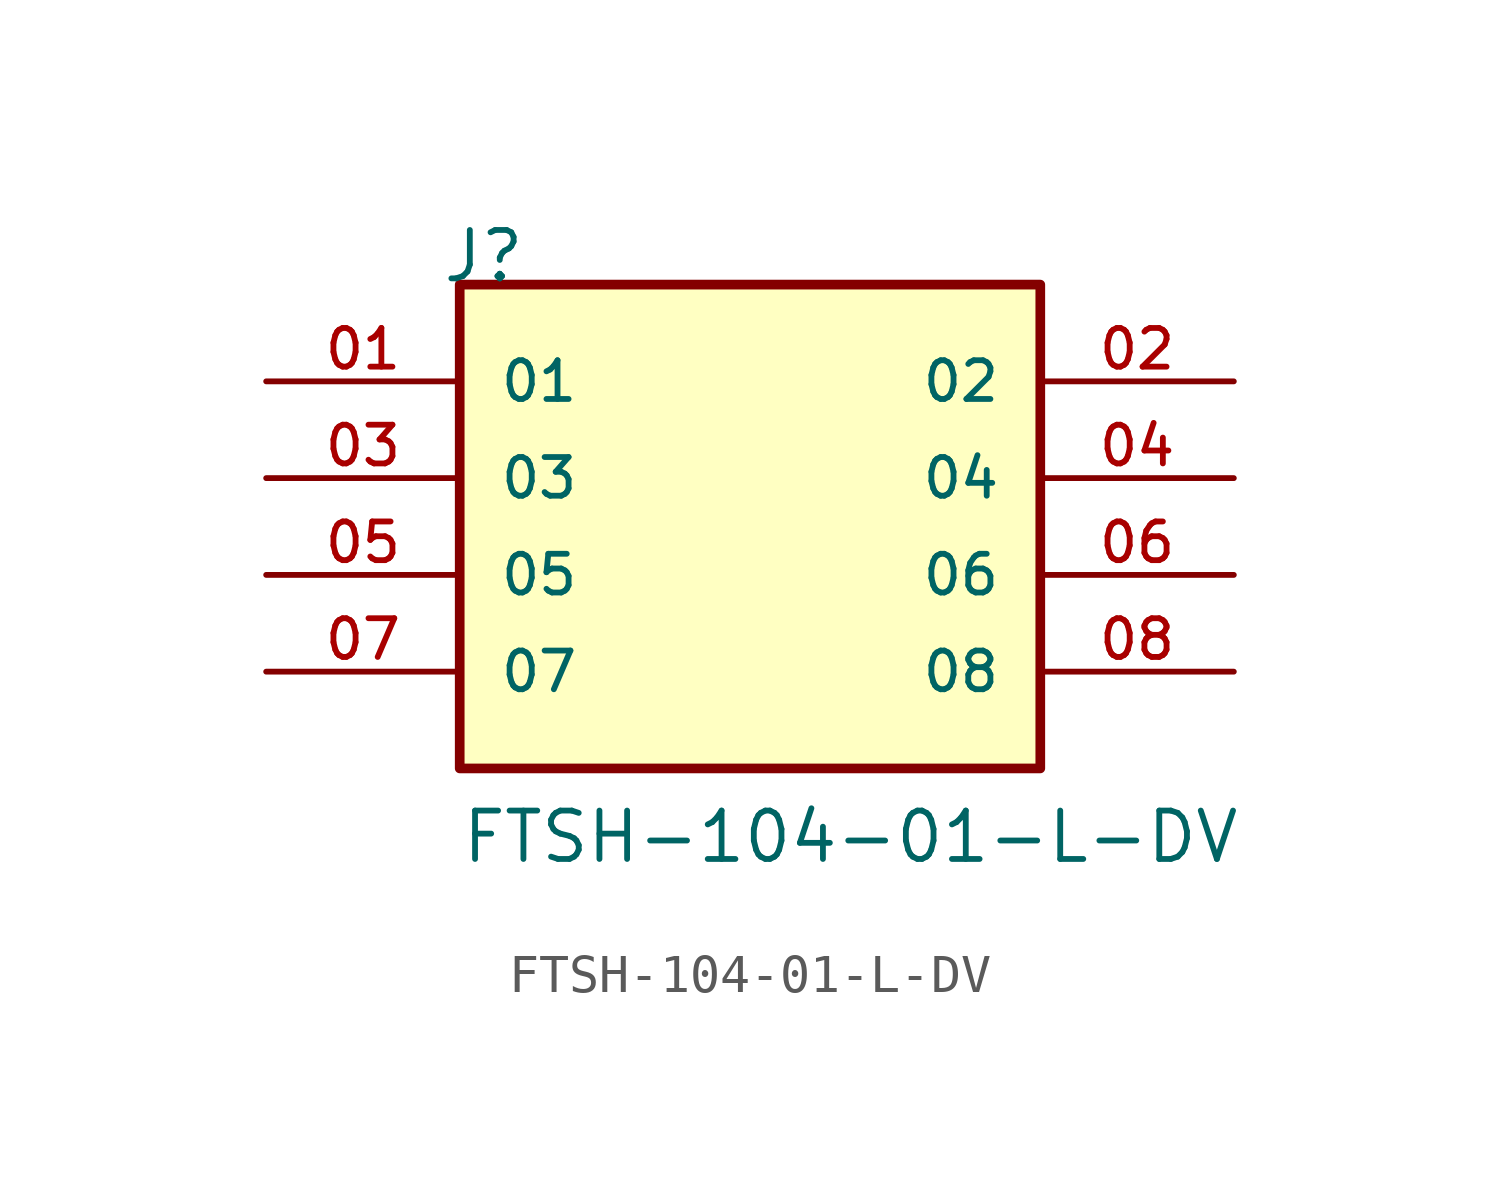
<source format=kicad_sym>
(kicad_symbol_lib
  (version 20211014)
  (generator kicad_symbol_editor)
  (symbol "FTSH-104-01-L-DV"
    (pin_names
      (offset 1.016))
    (property "Reference" "J"
      (at -8.12 7.62 0)
      (effects (font (size 1.27 1.27)) (justify bottom left)))
    (property "Value" "FTSH-104-01-L-DV"
      (at -7.62 -7.62 0)
      (effects (font (size 1.27 1.27)) (justify bottom left)))
    (symbol "FTSH-104-01-L-DV_0_0"
      (rectangle (start -7.62 -5.08) (end 7.62 7.62) (stroke (width 0.254)) (fill (type background)))
      (pin passive line (at -12.7 5.08 0) (length 5.08) (name "01" (effects (font (size 1.016 1.016)))) (number "01" (effects (font (size 1.016 1.016)))))
      (pin passive line (at 12.7 5.08 180.0) (length 5.08) (name "02" (effects (font (size 1.016 1.016)))) (number "02" (effects (font (size 1.016 1.016)))))
      (pin passive line (at -12.7 2.54 0) (length 5.08) (name "03" (effects (font (size 1.016 1.016)))) (number "03" (effects (font (size 1.016 1.016)))))
      (pin passive line (at 12.7 2.54 180.0) (length 5.08) (name "04" (effects (font (size 1.016 1.016)))) (number "04" (effects (font (size 1.016 1.016)))))
      (pin passive line (at -12.7 0.0 0) (length 5.08) (name "05" (effects (font (size 1.016 1.016)))) (number "05" (effects (font (size 1.016 1.016)))))
      (pin passive line (at 12.7 0.0 180.0) (length 5.08) (name "06" (effects (font (size 1.016 1.016)))) (number "06" (effects (font (size 1.016 1.016)))))
      (pin passive line (at -12.7 -2.54 0) (length 5.08) (name "07" (effects (font (size 1.016 1.016)))) (number "07" (effects (font (size 1.016 1.016)))))
      (pin passive line (at 12.7 -2.54 180.0) (length 5.08) (name "08" (effects (font (size 1.016 1.016)))) (number "08" (effects (font (size 1.016 1.016))))))))
</source>
